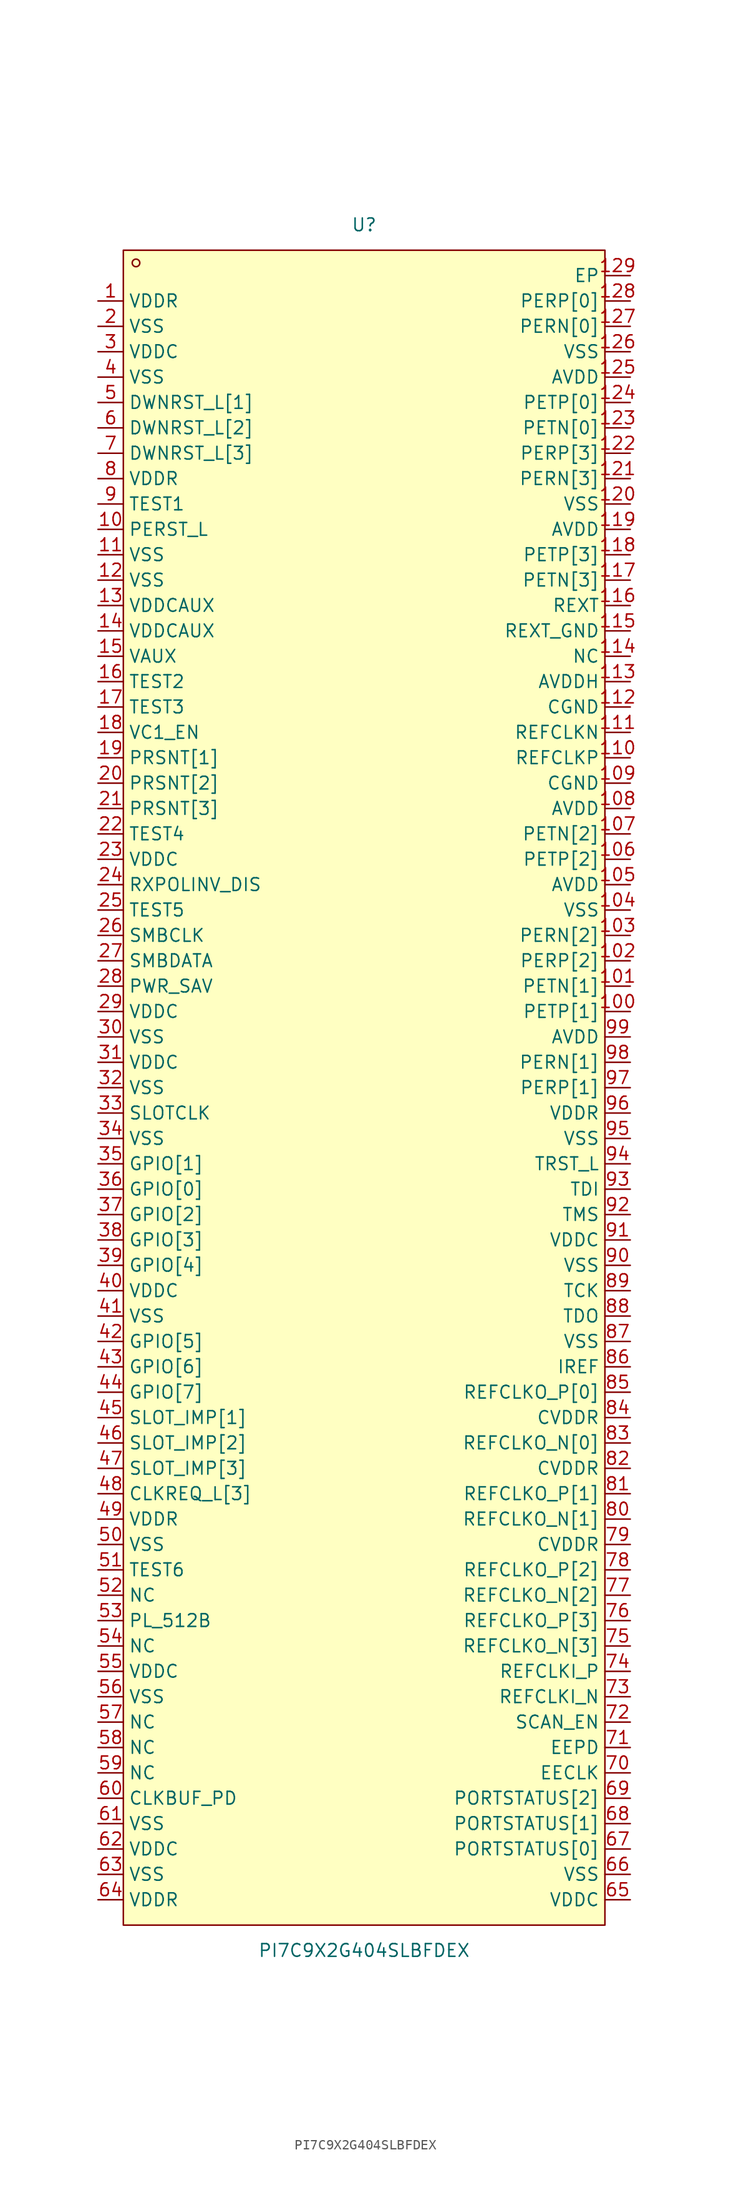
<source format=kicad_sym>
(kicad_symbol_lib
  (version 20220914)
  (generator kicad_symbol_editor)
  (symbol "PI7C9X2G404SLBFDEX"
    (property "Reference" "U"
      (at 0 86.36 0)
      (effects (font (size 1.27 1.27))))
    (property "Value" "PI7C9X2G404SLBFDEX"
      (at 0 -86.36 0)
      (effects (font (size 1.27 1.27))))
    (symbol "PI7C9X2G404SLBFDEX_0_1"
      (rectangle (start -24.13 83.82) (end 24.13 -83.82) (stroke (width 0) (type default)) (fill (type background)))
      (circle (center -22.86 82.55) (radius 0.38) (stroke (width 0) (type default)) (fill (type none)))
      (pin unspecified line (at -26.67 78.74 0) (length 2.54) (name "VDDR" (effects (font (size 1.27 1.27)))) (number "1" (effects (font (size 1.27 1.27)))))
      (pin unspecified line (at -26.67 55.88 0) (length 2.54) (name "PERST_L" (effects (font (size 1.27 1.27)))) (number "10" (effects (font (size 1.27 1.27)))))
      (pin unspecified line (at 26.67 7.62 180) (length 2.54) (name "PETP[1]" (effects (font (size 1.27 1.27)))) (number "100" (effects (font (size 1.27 1.27)))))
      (pin unspecified line (at 26.67 10.16 180) (length 2.54) (name "PETN[1]" (effects (font (size 1.27 1.27)))) (number "101" (effects (font (size 1.27 1.27)))))
      (pin unspecified line (at 26.67 12.7 180) (length 2.54) (name "PERP[2]" (effects (font (size 1.27 1.27)))) (number "102" (effects (font (size 1.27 1.27)))))
      (pin unspecified line (at 26.67 15.24 180) (length 2.54) (name "PERN[2]" (effects (font (size 1.27 1.27)))) (number "103" (effects (font (size 1.27 1.27)))))
      (pin unspecified line (at 26.67 17.78 180) (length 2.54) (name "VSS" (effects (font (size 1.27 1.27)))) (number "104" (effects (font (size 1.27 1.27)))))
      (pin unspecified line (at 26.67 20.32 180) (length 2.54) (name "AVDD" (effects (font (size 1.27 1.27)))) (number "105" (effects (font (size 1.27 1.27)))))
      (pin unspecified line (at 26.67 22.86 180) (length 2.54) (name "PETP[2]" (effects (font (size 1.27 1.27)))) (number "106" (effects (font (size 1.27 1.27)))))
      (pin unspecified line (at 26.67 25.4 180) (length 2.54) (name "PETN[2]" (effects (font (size 1.27 1.27)))) (number "107" (effects (font (size 1.27 1.27)))))
      (pin unspecified line (at 26.67 27.94 180) (length 2.54) (name "AVDD" (effects (font (size 1.27 1.27)))) (number "108" (effects (font (size 1.27 1.27)))))
      (pin unspecified line (at 26.67 30.48 180) (length 2.54) (name "CGND" (effects (font (size 1.27 1.27)))) (number "109" (effects (font (size 1.27 1.27)))))
      (pin unspecified line (at -26.67 53.34 0) (length 2.54) (name "VSS" (effects (font (size 1.27 1.27)))) (number "11" (effects (font (size 1.27 1.27)))))
      (pin unspecified line (at 26.67 33.02 180) (length 2.54) (name "REFCLKP" (effects (font (size 1.27 1.27)))) (number "110" (effects (font (size 1.27 1.27)))))
      (pin unspecified line (at 26.67 35.56 180) (length 2.54) (name "REFCLKN" (effects (font (size 1.27 1.27)))) (number "111" (effects (font (size 1.27 1.27)))))
      (pin unspecified line (at 26.67 38.1 180) (length 2.54) (name "CGND" (effects (font (size 1.27 1.27)))) (number "112" (effects (font (size 1.27 1.27)))))
      (pin unspecified line (at 26.67 40.64 180) (length 2.54) (name "AVDDH" (effects (font (size 1.27 1.27)))) (number "113" (effects (font (size 1.27 1.27)))))
      (pin unspecified line (at 26.67 43.18 180) (length 2.54) (name "NC" (effects (font (size 1.27 1.27)))) (number "114" (effects (font (size 1.27 1.27)))))
      (pin unspecified line (at 26.67 45.72 180) (length 2.54) (name "REXT_GND" (effects (font (size 1.27 1.27)))) (number "115" (effects (font (size 1.27 1.27)))))
      (pin unspecified line (at 26.67 48.26 180) (length 2.54) (name "REXT" (effects (font (size 1.27 1.27)))) (number "116" (effects (font (size 1.27 1.27)))))
      (pin unspecified line (at 26.67 50.8 180) (length 2.54) (name "PETN[3]" (effects (font (size 1.27 1.27)))) (number "117" (effects (font (size 1.27 1.27)))))
      (pin unspecified line (at 26.67 53.34 180) (length 2.54) (name "PETP[3]" (effects (font (size 1.27 1.27)))) (number "118" (effects (font (size 1.27 1.27)))))
      (pin unspecified line (at 26.67 55.88 180) (length 2.54) (name "AVDD" (effects (font (size 1.27 1.27)))) (number "119" (effects (font (size 1.27 1.27)))))
      (pin unspecified line (at -26.67 50.8 0) (length 2.54) (name "VSS" (effects (font (size 1.27 1.27)))) (number "12" (effects (font (size 1.27 1.27)))))
      (pin unspecified line (at 26.67 58.42 180) (length 2.54) (name "VSS" (effects (font (size 1.27 1.27)))) (number "120" (effects (font (size 1.27 1.27)))))
      (pin unspecified line (at 26.67 60.96 180) (length 2.54) (name "PERN[3]" (effects (font (size 1.27 1.27)))) (number "121" (effects (font (size 1.27 1.27)))))
      (pin unspecified line (at 26.67 63.5 180) (length 2.54) (name "PERP[3]" (effects (font (size 1.27 1.27)))) (number "122" (effects (font (size 1.27 1.27)))))
      (pin unspecified line (at 26.67 66.04 180) (length 2.54) (name "PETN[0]" (effects (font (size 1.27 1.27)))) (number "123" (effects (font (size 1.27 1.27)))))
      (pin unspecified line (at 26.67 68.58 180) (length 2.54) (name "PETP[0]" (effects (font (size 1.27 1.27)))) (number "124" (effects (font (size 1.27 1.27)))))
      (pin unspecified line (at 26.67 71.12 180) (length 2.54) (name "AVDD" (effects (font (size 1.27 1.27)))) (number "125" (effects (font (size 1.27 1.27)))))
      (pin unspecified line (at 26.67 73.66 180) (length 2.54) (name "VSS" (effects (font (size 1.27 1.27)))) (number "126" (effects (font (size 1.27 1.27)))))
      (pin unspecified line (at 26.67 76.2 180) (length 2.54) (name "PERN[0]" (effects (font (size 1.27 1.27)))) (number "127" (effects (font (size 1.27 1.27)))))
      (pin unspecified line (at 26.67 78.74 180) (length 2.54) (name "PERP[0]" (effects (font (size 1.27 1.27)))) (number "128" (effects (font (size 1.27 1.27)))))
      (pin unspecified line (at 26.67 81.28 180) (length 2.54) (name "EP" (effects (font (size 1.27 1.27)))) (number "129" (effects (font (size 1.27 1.27)))))
      (pin unspecified line (at -26.67 48.26 0) (length 2.54) (name "VDDCAUX" (effects (font (size 1.27 1.27)))) (number "13" (effects (font (size 1.27 1.27)))))
      (pin unspecified line (at -26.67 45.72 0) (length 2.54) (name "VDDCAUX" (effects (font (size 1.27 1.27)))) (number "14" (effects (font (size 1.27 1.27)))))
      (pin unspecified line (at -26.67 43.18 0) (length 2.54) (name "VAUX" (effects (font (size 1.27 1.27)))) (number "15" (effects (font (size 1.27 1.27)))))
      (pin unspecified line (at -26.67 40.64 0) (length 2.54) (name "TEST2" (effects (font (size 1.27 1.27)))) (number "16" (effects (font (size 1.27 1.27)))))
      (pin unspecified line (at -26.67 38.1 0) (length 2.54) (name "TEST3" (effects (font (size 1.27 1.27)))) (number "17" (effects (font (size 1.27 1.27)))))
      (pin unspecified line (at -26.67 35.56 0) (length 2.54) (name "VC1_EN" (effects (font (size 1.27 1.27)))) (number "18" (effects (font (size 1.27 1.27)))))
      (pin unspecified line (at -26.67 33.02 0) (length 2.54) (name "PRSNT[1]" (effects (font (size 1.27 1.27)))) (number "19" (effects (font (size 1.27 1.27)))))
      (pin unspecified line (at -26.67 76.2 0) (length 2.54) (name "VSS" (effects (font (size 1.27 1.27)))) (number "2" (effects (font (size 1.27 1.27)))))
      (pin unspecified line (at -26.67 30.48 0) (length 2.54) (name "PRSNT[2]" (effects (font (size 1.27 1.27)))) (number "20" (effects (font (size 1.27 1.27)))))
      (pin unspecified line (at -26.67 27.94 0) (length 2.54) (name "PRSNT[3]" (effects (font (size 1.27 1.27)))) (number "21" (effects (font (size 1.27 1.27)))))
      (pin unspecified line (at -26.67 25.4 0) (length 2.54) (name "TEST4" (effects (font (size 1.27 1.27)))) (number "22" (effects (font (size 1.27 1.27)))))
      (pin unspecified line (at -26.67 22.86 0) (length 2.54) (name "VDDC" (effects (font (size 1.27 1.27)))) (number "23" (effects (font (size 1.27 1.27)))))
      (pin unspecified line (at -26.67 20.32 0) (length 2.54) (name "RXPOLINV_DIS" (effects (font (size 1.27 1.27)))) (number "24" (effects (font (size 1.27 1.27)))))
      (pin unspecified line (at -26.67 17.78 0) (length 2.54) (name "TEST5" (effects (font (size 1.27 1.27)))) (number "25" (effects (font (size 1.27 1.27)))))
      (pin unspecified line (at -26.67 15.24 0) (length 2.54) (name "SMBCLK" (effects (font (size 1.27 1.27)))) (number "26" (effects (font (size 1.27 1.27)))))
      (pin unspecified line (at -26.67 12.7 0) (length 2.54) (name "SMBDATA" (effects (font (size 1.27 1.27)))) (number "27" (effects (font (size 1.27 1.27)))))
      (pin unspecified line (at -26.67 10.16 0) (length 2.54) (name "PWR_SAV" (effects (font (size 1.27 1.27)))) (number "28" (effects (font (size 1.27 1.27)))))
      (pin unspecified line (at -26.67 7.62 0) (length 2.54) (name "VDDC" (effects (font (size 1.27 1.27)))) (number "29" (effects (font (size 1.27 1.27)))))
      (pin unspecified line (at -26.67 73.66 0) (length 2.54) (name "VDDC" (effects (font (size 1.27 1.27)))) (number "3" (effects (font (size 1.27 1.27)))))
      (pin unspecified line (at -26.67 5.08 0) (length 2.54) (name "VSS" (effects (font (size 1.27 1.27)))) (number "30" (effects (font (size 1.27 1.27)))))
      (pin unspecified line (at -26.67 2.54 0) (length 2.54) (name "VDDC" (effects (font (size 1.27 1.27)))) (number "31" (effects (font (size 1.27 1.27)))))
      (pin unspecified line (at -26.67 0 0) (length 2.54) (name "VSS" (effects (font (size 1.27 1.27)))) (number "32" (effects (font (size 1.27 1.27)))))
      (pin unspecified line (at -26.67 -2.54 0) (length 2.54) (name "SLOTCLK" (effects (font (size 1.27 1.27)))) (number "33" (effects (font (size 1.27 1.27)))))
      (pin unspecified line (at -26.67 -5.08 0) (length 2.54) (name "VSS" (effects (font (size 1.27 1.27)))) (number "34" (effects (font (size 1.27 1.27)))))
      (pin unspecified line (at -26.67 -7.62 0) (length 2.54) (name "GPIO[1]" (effects (font (size 1.27 1.27)))) (number "35" (effects (font (size 1.27 1.27)))))
      (pin unspecified line (at -26.67 -10.16 0) (length 2.54) (name "GPIO[0]" (effects (font (size 1.27 1.27)))) (number "36" (effects (font (size 1.27 1.27)))))
      (pin unspecified line (at -26.67 -12.7 0) (length 2.54) (name "GPIO[2]" (effects (font (size 1.27 1.27)))) (number "37" (effects (font (size 1.27 1.27)))))
      (pin unspecified line (at -26.67 -15.24 0) (length 2.54) (name "GPIO[3]" (effects (font (size 1.27 1.27)))) (number "38" (effects (font (size 1.27 1.27)))))
      (pin unspecified line (at -26.67 -17.78 0) (length 2.54) (name "GPIO[4]" (effects (font (size 1.27 1.27)))) (number "39" (effects (font (size 1.27 1.27)))))
      (pin unspecified line (at -26.67 71.12 0) (length 2.54) (name "VSS" (effects (font (size 1.27 1.27)))) (number "4" (effects (font (size 1.27 1.27)))))
      (pin unspecified line (at -26.67 -20.32 0) (length 2.54) (name "VDDC" (effects (font (size 1.27 1.27)))) (number "40" (effects (font (size 1.27 1.27)))))
      (pin unspecified line (at -26.67 -22.86 0) (length 2.54) (name "VSS" (effects (font (size 1.27 1.27)))) (number "41" (effects (font (size 1.27 1.27)))))
      (pin unspecified line (at -26.67 -25.4 0) (length 2.54) (name "GPIO[5]" (effects (font (size 1.27 1.27)))) (number "42" (effects (font (size 1.27 1.27)))))
      (pin unspecified line (at -26.67 -27.94 0) (length 2.54) (name "GPIO[6]" (effects (font (size 1.27 1.27)))) (number "43" (effects (font (size 1.27 1.27)))))
      (pin unspecified line (at -26.67 -30.48 0) (length 2.54) (name "GPIO[7]" (effects (font (size 1.27 1.27)))) (number "44" (effects (font (size 1.27 1.27)))))
      (pin unspecified line (at -26.67 -33.02 0) (length 2.54) (name "SLOT_IMP[1]" (effects (font (size 1.27 1.27)))) (number "45" (effects (font (size 1.27 1.27)))))
      (pin unspecified line (at -26.67 -35.56 0) (length 2.54) (name "SLOT_IMP[2]" (effects (font (size 1.27 1.27)))) (number "46" (effects (font (size 1.27 1.27)))))
      (pin unspecified line (at -26.67 -38.1 0) (length 2.54) (name "SLOT_IMP[3]" (effects (font (size 1.27 1.27)))) (number "47" (effects (font (size 1.27 1.27)))))
      (pin unspecified line (at -26.67 -40.64 0) (length 2.54) (name "CLKREQ_L[3]" (effects (font (size 1.27 1.27)))) (number "48" (effects (font (size 1.27 1.27)))))
      (pin unspecified line (at -26.67 -43.18 0) (length 2.54) (name "VDDR" (effects (font (size 1.27 1.27)))) (number "49" (effects (font (size 1.27 1.27)))))
      (pin unspecified line (at -26.67 68.58 0) (length 2.54) (name "DWNRST_L[1]" (effects (font (size 1.27 1.27)))) (number "5" (effects (font (size 1.27 1.27)))))
      (pin unspecified line (at -26.67 -45.72 0) (length 2.54) (name "VSS" (effects (font (size 1.27 1.27)))) (number "50" (effects (font (size 1.27 1.27)))))
      (pin unspecified line (at -26.67 -48.26 0) (length 2.54) (name "TEST6" (effects (font (size 1.27 1.27)))) (number "51" (effects (font (size 1.27 1.27)))))
      (pin unspecified line (at -26.67 -50.8 0) (length 2.54) (name "NC" (effects (font (size 1.27 1.27)))) (number "52" (effects (font (size 1.27 1.27)))))
      (pin unspecified line (at -26.67 -53.34 0) (length 2.54) (name "PL_512B" (effects (font (size 1.27 1.27)))) (number "53" (effects (font (size 1.27 1.27)))))
      (pin unspecified line (at -26.67 -55.88 0) (length 2.54) (name "NC" (effects (font (size 1.27 1.27)))) (number "54" (effects (font (size 1.27 1.27)))))
      (pin unspecified line (at -26.67 -58.42 0) (length 2.54) (name "VDDC" (effects (font (size 1.27 1.27)))) (number "55" (effects (font (size 1.27 1.27)))))
      (pin unspecified line (at -26.67 -60.96 0) (length 2.54) (name "VSS" (effects (font (size 1.27 1.27)))) (number "56" (effects (font (size 1.27 1.27)))))
      (pin unspecified line (at -26.67 -63.5 0) (length 2.54) (name "NC" (effects (font (size 1.27 1.27)))) (number "57" (effects (font (size 1.27 1.27)))))
      (pin unspecified line (at -26.67 -66.04 0) (length 2.54) (name "NC" (effects (font (size 1.27 1.27)))) (number "58" (effects (font (size 1.27 1.27)))))
      (pin unspecified line (at -26.67 -68.58 0) (length 2.54) (name "NC" (effects (font (size 1.27 1.27)))) (number "59" (effects (font (size 1.27 1.27)))))
      (pin unspecified line (at -26.67 66.04 0) (length 2.54) (name "DWNRST_L[2]" (effects (font (size 1.27 1.27)))) (number "6" (effects (font (size 1.27 1.27)))))
      (pin unspecified line (at -26.67 -71.12 0) (length 2.54) (name "CLKBUF_PD" (effects (font (size 1.27 1.27)))) (number "60" (effects (font (size 1.27 1.27)))))
      (pin unspecified line (at -26.67 -73.66 0) (length 2.54) (name "VSS" (effects (font (size 1.27 1.27)))) (number "61" (effects (font (size 1.27 1.27)))))
      (pin unspecified line (at -26.67 -76.2 0) (length 2.54) (name "VDDC" (effects (font (size 1.27 1.27)))) (number "62" (effects (font (size 1.27 1.27)))))
      (pin unspecified line (at -26.67 -78.74 0) (length 2.54) (name "VSS" (effects (font (size 1.27 1.27)))) (number "63" (effects (font (size 1.27 1.27)))))
      (pin unspecified line (at -26.67 -81.28 0) (length 2.54) (name "VDDR" (effects (font (size 1.27 1.27)))) (number "64" (effects (font (size 1.27 1.27)))))
      (pin unspecified line (at 26.67 -81.28 180) (length 2.54) (name "VDDC" (effects (font (size 1.27 1.27)))) (number "65" (effects (font (size 1.27 1.27)))))
      (pin unspecified line (at 26.67 -78.74 180) (length 2.54) (name "VSS" (effects (font (size 1.27 1.27)))) (number "66" (effects (font (size 1.27 1.27)))))
      (pin unspecified line (at 26.67 -76.2 180) (length 2.54) (name "PORTSTATUS[0]" (effects (font (size 1.27 1.27)))) (number "67" (effects (font (size 1.27 1.27)))))
      (pin unspecified line (at 26.67 -73.66 180) (length 2.54) (name "PORTSTATUS[1]" (effects (font (size 1.27 1.27)))) (number "68" (effects (font (size 1.27 1.27)))))
      (pin unspecified line (at 26.67 -71.12 180) (length 2.54) (name "PORTSTATUS[2]" (effects (font (size 1.27 1.27)))) (number "69" (effects (font (size 1.27 1.27)))))
      (pin unspecified line (at -26.67 63.5 0) (length 2.54) (name "DWNRST_L[3]" (effects (font (size 1.27 1.27)))) (number "7" (effects (font (size 1.27 1.27)))))
      (pin unspecified line (at 26.67 -68.58 180) (length 2.54) (name "EECLK" (effects (font (size 1.27 1.27)))) (number "70" (effects (font (size 1.27 1.27)))))
      (pin unspecified line (at 26.67 -66.04 180) (length 2.54) (name "EEPD" (effects (font (size 1.27 1.27)))) (number "71" (effects (font (size 1.27 1.27)))))
      (pin unspecified line (at 26.67 -63.5 180) (length 2.54) (name "SCAN_EN" (effects (font (size 1.27 1.27)))) (number "72" (effects (font (size 1.27 1.27)))))
      (pin unspecified line (at 26.67 -60.96 180) (length 2.54) (name "REFCLKI_N" (effects (font (size 1.27 1.27)))) (number "73" (effects (font (size 1.27 1.27)))))
      (pin unspecified line (at 26.67 -58.42 180) (length 2.54) (name "REFCLKI_P" (effects (font (size 1.27 1.27)))) (number "74" (effects (font (size 1.27 1.27)))))
      (pin unspecified line (at 26.67 -55.88 180) (length 2.54) (name "REFCLKO_N[3]" (effects (font (size 1.27 1.27)))) (number "75" (effects (font (size 1.27 1.27)))))
      (pin unspecified line (at 26.67 -53.34 180) (length 2.54) (name "REFCLKO_P[3]" (effects (font (size 1.27 1.27)))) (number "76" (effects (font (size 1.27 1.27)))))
      (pin unspecified line (at 26.67 -50.8 180) (length 2.54) (name "REFCLKO_N[2]" (effects (font (size 1.27 1.27)))) (number "77" (effects (font (size 1.27 1.27)))))
      (pin unspecified line (at 26.67 -48.26 180) (length 2.54) (name "REFCLKO_P[2]" (effects (font (size 1.27 1.27)))) (number "78" (effects (font (size 1.27 1.27)))))
      (pin unspecified line (at 26.67 -45.72 180) (length 2.54) (name "CVDDR" (effects (font (size 1.27 1.27)))) (number "79" (effects (font (size 1.27 1.27)))))
      (pin unspecified line (at -26.67 60.96 0) (length 2.54) (name "VDDR" (effects (font (size 1.27 1.27)))) (number "8" (effects (font (size 1.27 1.27)))))
      (pin unspecified line (at 26.67 -43.18 180) (length 2.54) (name "REFCLKO_N[1]" (effects (font (size 1.27 1.27)))) (number "80" (effects (font (size 1.27 1.27)))))
      (pin unspecified line (at 26.67 -40.64 180) (length 2.54) (name "REFCLKO_P[1]" (effects (font (size 1.27 1.27)))) (number "81" (effects (font (size 1.27 1.27)))))
      (pin unspecified line (at 26.67 -38.1 180) (length 2.54) (name "CVDDR" (effects (font (size 1.27 1.27)))) (number "82" (effects (font (size 1.27 1.27)))))
      (pin unspecified line (at 26.67 -35.56 180) (length 2.54) (name "REFCLKO_N[0]" (effects (font (size 1.27 1.27)))) (number "83" (effects (font (size 1.27 1.27)))))
      (pin unspecified line (at 26.67 -33.02 180) (length 2.54) (name "CVDDR" (effects (font (size 1.27 1.27)))) (number "84" (effects (font (size 1.27 1.27)))))
      (pin unspecified line (at 26.67 -30.48 180) (length 2.54) (name "REFCLKO_P[0]" (effects (font (size 1.27 1.27)))) (number "85" (effects (font (size 1.27 1.27)))))
      (pin unspecified line (at 26.67 -27.94 180) (length 2.54) (name "IREF" (effects (font (size 1.27 1.27)))) (number "86" (effects (font (size 1.27 1.27)))))
      (pin unspecified line (at 26.67 -25.4 180) (length 2.54) (name "VSS" (effects (font (size 1.27 1.27)))) (number "87" (effects (font (size 1.27 1.27)))))
      (pin unspecified line (at 26.67 -22.86 180) (length 2.54) (name "TDO" (effects (font (size 1.27 1.27)))) (number "88" (effects (font (size 1.27 1.27)))))
      (pin unspecified line (at 26.67 -20.32 180) (length 2.54) (name "TCK" (effects (font (size 1.27 1.27)))) (number "89" (effects (font (size 1.27 1.27)))))
      (pin unspecified line (at -26.67 58.42 0) (length 2.54) (name "TEST1" (effects (font (size 1.27 1.27)))) (number "9" (effects (font (size 1.27 1.27)))))
      (pin unspecified line (at 26.67 -17.78 180) (length 2.54) (name "VSS" (effects (font (size 1.27 1.27)))) (number "90" (effects (font (size 1.27 1.27)))))
      (pin unspecified line (at 26.67 -15.24 180) (length 2.54) (name "VDDC" (effects (font (size 1.27 1.27)))) (number "91" (effects (font (size 1.27 1.27)))))
      (pin unspecified line (at 26.67 -12.7 180) (length 2.54) (name "TMS" (effects (font (size 1.27 1.27)))) (number "92" (effects (font (size 1.27 1.27)))))
      (pin unspecified line (at 26.67 -10.16 180) (length 2.54) (name "TDI" (effects (font (size 1.27 1.27)))) (number "93" (effects (font (size 1.27 1.27)))))
      (pin unspecified line (at 26.67 -7.62 180) (length 2.54) (name "TRST_L" (effects (font (size 1.27 1.27)))) (number "94" (effects (font (size 1.27 1.27)))))
      (pin unspecified line (at 26.67 -5.08 180) (length 2.54) (name "VSS" (effects (font (size 1.27 1.27)))) (number "95" (effects (font (size 1.27 1.27)))))
      (pin unspecified line (at 26.67 -2.54 180) (length 2.54) (name "VDDR" (effects (font (size 1.27 1.27)))) (number "96" (effects (font (size 1.27 1.27)))))
      (pin unspecified line (at 26.67 0 180) (length 2.54) (name "PERP[1]" (effects (font (size 1.27 1.27)))) (number "97" (effects (font (size 1.27 1.27)))))
      (pin unspecified line (at 26.67 2.54 180) (length 2.54) (name "PERN[1]" (effects (font (size 1.27 1.27)))) (number "98" (effects (font (size 1.27 1.27)))))
      (pin unspecified line (at 26.67 5.08 180) (length 2.54) (name "AVDD" (effects (font (size 1.27 1.27)))) (number "99" (effects (font (size 1.27 1.27))))))))
</source>
